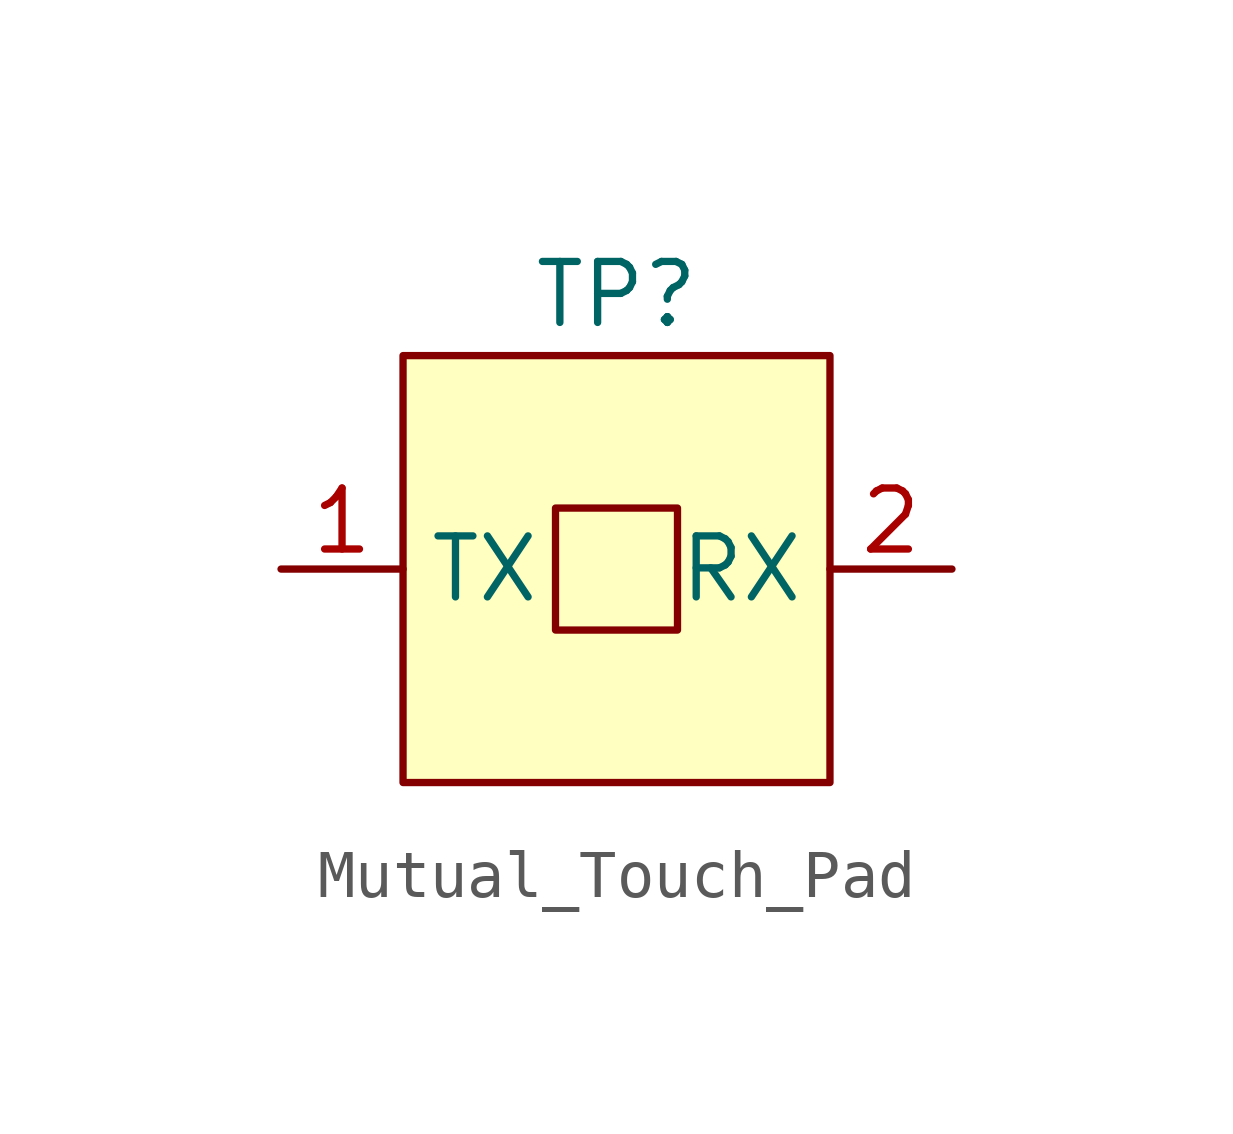
<source format=kicad_sym>
(kicad_symbol_lib
  (version 20220914)
  (generator kicad_symbol_editor)
  (symbol "Mutual_Touch_Pad"
    (property "Reference" "TP"
      (at 0 5.715 0)
      (effects (font (size 1.27 1.27))))
    (property "Value" ""
      (at 0 0 0)
      (effects (font (size 1.27 1.27))))
    (symbol "Mutual_Touch_Pad_1_1"
      (rectangle (start -4.445 4.445) (end 4.445 -4.445) (stroke (width 0) (type default)) (fill (type background)))
      (rectangle (start -1.27 1.27) (end 1.27 -1.27) (stroke (width 0) (type default)) (fill (type background)))
      (pin input line (at -6.985 0 0) (length 2.54) (name "TX" (effects (font (size 1.27 1.27)))) (number "1" (effects (font (size 1.27 1.27)))))
      (pin output line (at 6.985 0 180) (length 2.54) (name "RX" (effects (font (size 1.27 1.27)))) (number "2" (effects (font (size 1.27 1.27))))))))
</source>
